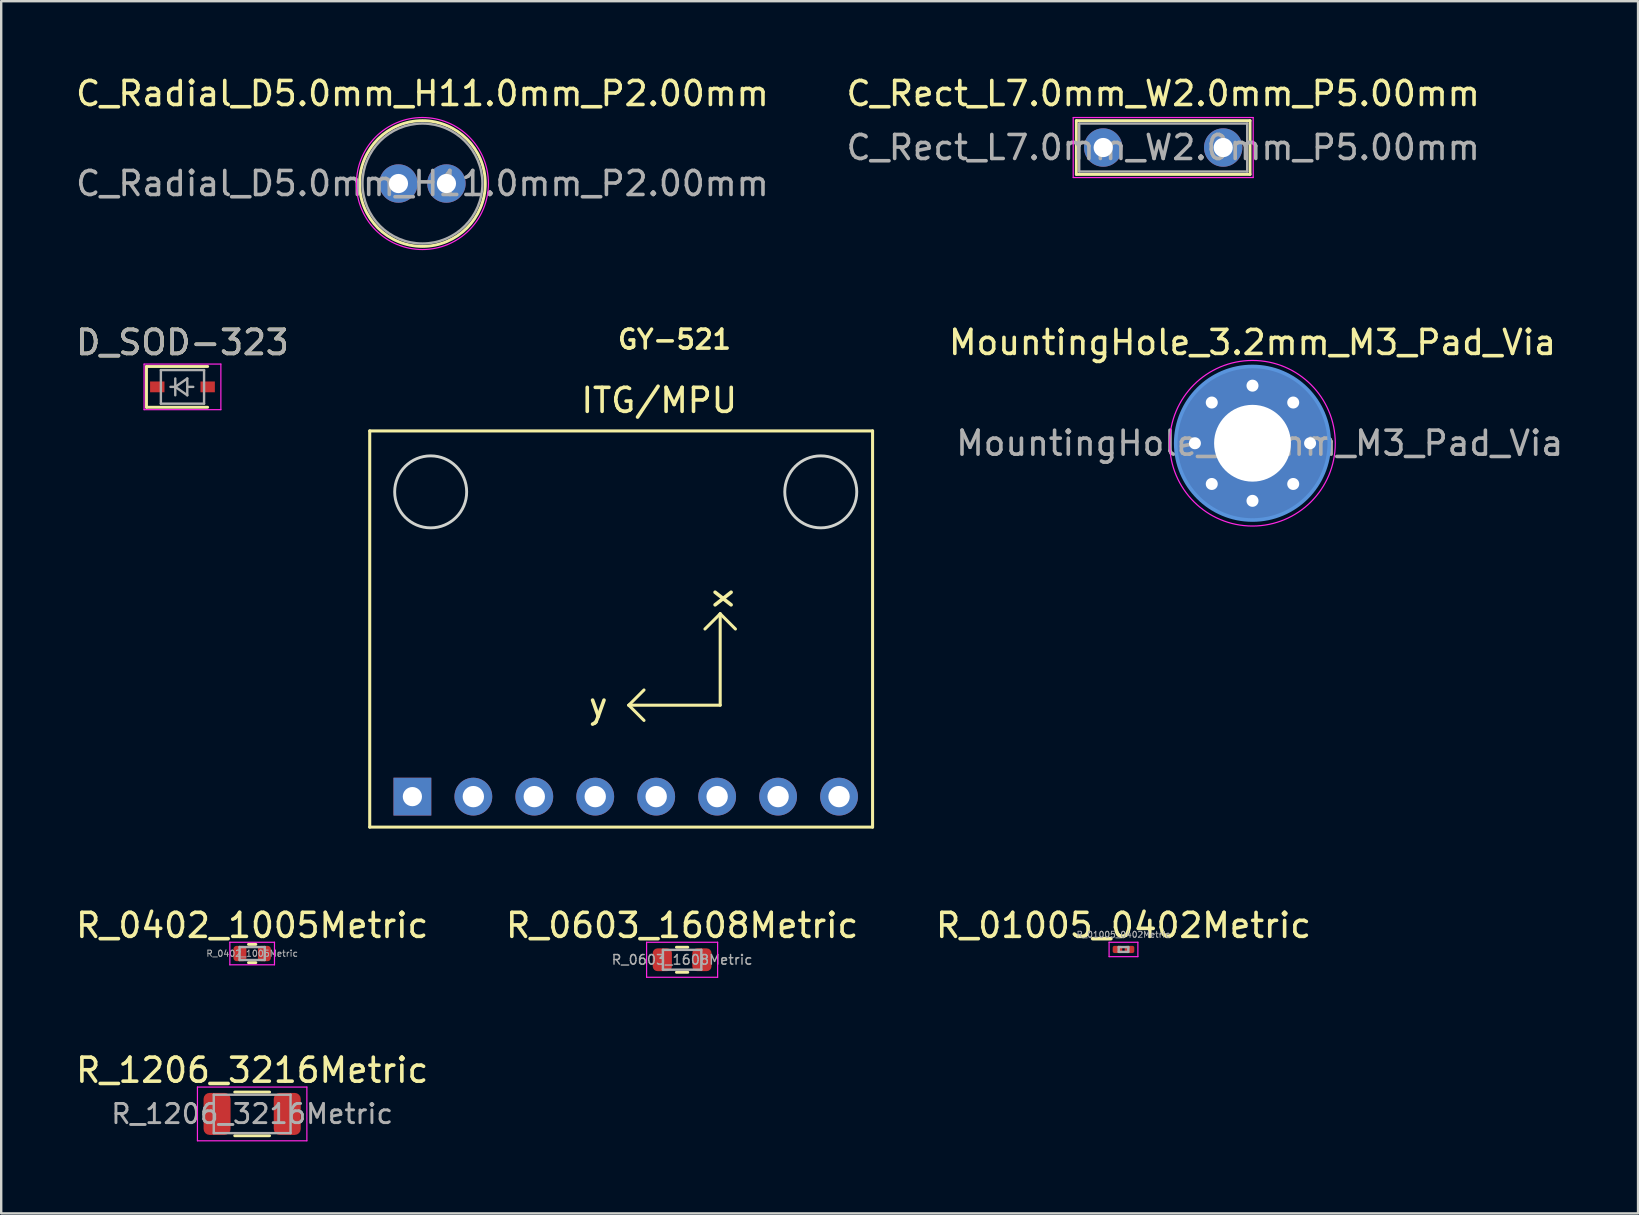
<source format=kicad_pcb>
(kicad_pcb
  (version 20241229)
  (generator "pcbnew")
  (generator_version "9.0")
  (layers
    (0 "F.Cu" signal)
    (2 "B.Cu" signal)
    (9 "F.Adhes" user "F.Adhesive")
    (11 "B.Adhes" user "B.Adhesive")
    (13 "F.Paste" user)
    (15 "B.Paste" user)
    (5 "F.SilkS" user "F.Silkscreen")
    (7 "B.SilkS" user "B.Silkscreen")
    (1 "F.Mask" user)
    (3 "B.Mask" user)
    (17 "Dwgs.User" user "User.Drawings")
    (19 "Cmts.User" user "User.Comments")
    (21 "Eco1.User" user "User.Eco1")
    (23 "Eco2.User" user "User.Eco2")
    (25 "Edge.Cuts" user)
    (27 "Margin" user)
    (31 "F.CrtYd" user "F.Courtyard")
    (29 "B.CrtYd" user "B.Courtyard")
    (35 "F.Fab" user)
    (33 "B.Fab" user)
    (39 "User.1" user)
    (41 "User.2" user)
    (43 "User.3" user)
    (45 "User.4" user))
  (footprint "MountingHole_3.2mm_M3_Pad_Via"
    (layer "F.Cu")
    (at 49.144 15.421)
    (property "Reference" "MountingHole_3.2mm_M3_Pad_Via" (at 0 -4.2 0) (layer "F.SilkS") (effects (font (size 1 1) (thickness 0.15))))
    (attr exclude_from_pos_files)
    (fp_circle (center 0 0) (end 3.2 0) (stroke (width 0.15) (type solid)) (fill no) (layer "Cmts.User"))
    (fp_circle (center 0 0) (end 3.45 0) (stroke (width 0.05) (type solid)) (fill no) (layer "F.CrtYd"))
    (fp_text user "${REFERENCE}" (at 0.3 0 0) (layer "F.Fab") (effects (font (size 1 1) (thickness 0.15))))
    (pad "1" thru_hole circle (at -2.4 0) (size 0.8 0.8) (drill 0.5) (layers "*.Cu" "*.Mask"))
    (pad "1" thru_hole circle (at -1.697 -1.697) (size 0.8 0.8) (drill 0.5) (layers "*.Cu" "*.Mask"))
    (pad "1" thru_hole circle (at -1.697 1.697) (size 0.8 0.8) (drill 0.5) (layers "*.Cu" "*.Mask"))
    (pad "1" thru_hole circle (at 0 -2.4) (size 0.8 0.8) (drill 0.5) (layers "*.Cu" "*.Mask"))
    (pad "1" thru_hole circle (at 0 0) (size 6.4 6.4) (drill 3.2) (layers "*.Cu" "*.Mask"))
    (pad "1" thru_hole circle (at 0 2.4) (size 0.8 0.8) (drill 0.5) (layers "*.Cu" "*.Mask"))
    (pad "1" thru_hole circle (at 1.697 -1.697) (size 0.8 0.8) (drill 0.5) (layers "*.Cu" "*.Mask"))
    (pad "1" thru_hole circle (at 1.697 1.697) (size 0.8 0.8) (drill 0.5) (layers "*.Cu" "*.Mask"))
    (pad "1" thru_hole circle (at 2.4 0) (size 0.8 0.8) (drill 0.5) (layers "*.Cu" "*.Mask")))
  (footprint "R_01005_0402Metric"
    (layer "F.Cu")
    (at 43.768 36.515)
    (property "Reference" "R_01005_0402Metric" (at 0 -1 0) (layer "F.SilkS") (effects (font (size 1 1) (thickness 0.15))))
    (attr smd)
    (fp_line (start -0.6 -0.3) (end 0.6 -0.3) (stroke (width 0.05) (type solid)) (layer "F.CrtYd"))
    (fp_line (start -0.6 0.3) (end -0.6 -0.3) (stroke (width 0.05) (type solid)) (layer "F.CrtYd"))
    (fp_line (start 0.6 -0.3) (end 0.6 0.3) (stroke (width 0.05) (type solid)) (layer "F.CrtYd"))
    (fp_line (start 0.6 0.3) (end -0.6 0.3) (stroke (width 0.05) (type solid)) (layer "F.CrtYd"))
    (fp_line (start -0.2 -0.1) (end 0.2 -0.1) (stroke (width 0.1) (type solid)) (layer "F.Fab"))
    (fp_line (start -0.2 0.1) (end -0.2 -0.1) (stroke (width 0.1) (type solid)) (layer "F.Fab"))
    (fp_line (start 0.2 -0.1) (end 0.2 0.1) (stroke (width 0.1) (type solid)) (layer "F.Fab"))
    (fp_line (start 0.2 0.1) (end -0.2 0.1) (stroke (width 0.1) (type solid)) (layer "F.Fab"))
    (fp_text user "${REFERENCE}" (at 0 -0.62 0) (layer "F.Fab") (effects (font (size 0.25 0.25) (thickness 0.04))))
    (pad "" smd roundrect (at -0.275 0) (size 0.27 0.27) (layers "F.Paste") (roundrect_rratio 0.25))
    (pad "" smd roundrect (at 0.275 0) (size 0.27 0.27) (layers "F.Paste") (roundrect_rratio 0.25))
    (pad "1" smd roundrect (at -0.25 0) (size 0.4 0.3) (layers "F.Cu" "F.Mask") (roundrect_rratio 0.25))
    (pad "2" smd roundrect (at 0.25 0) (size 0.4 0.3) (layers "F.Cu" "F.Mask") (roundrect_rratio 0.25)))
  (footprint "R_0603_1608Metric"
    (layer "F.Cu")
    (at 25.375 36.945)
    (property "Reference" "R_0603_1608Metric" (at 0 -1.43 0) (layer "F.SilkS") (effects (font (size 1 1) (thickness 0.15))))
    (attr smd)
    (fp_line (start -0.237 -0.522) (end 0.237 -0.522) (stroke (width 0.12) (type solid)) (layer "F.SilkS"))
    (fp_line (start -0.237 0.522) (end 0.237 0.522) (stroke (width 0.12) (type solid)) (layer "F.SilkS"))
    (fp_line (start -1.48 -0.73) (end 1.48 -0.73) (stroke (width 0.05) (type solid)) (layer "F.CrtYd"))
    (fp_line (start -1.48 0.73) (end -1.48 -0.73) (stroke (width 0.05) (type solid)) (layer "F.CrtYd"))
    (fp_line (start 1.48 -0.73) (end 1.48 0.73) (stroke (width 0.05) (type solid)) (layer "F.CrtYd"))
    (fp_line (start 1.48 0.73) (end -1.48 0.73) (stroke (width 0.05) (type solid)) (layer "F.CrtYd"))
    (fp_line (start -0.8 -0.412) (end 0.8 -0.412) (stroke (width 0.1) (type solid)) (layer "F.Fab"))
    (fp_line (start -0.8 0.412) (end -0.8 -0.412) (stroke (width 0.1) (type solid)) (layer "F.Fab"))
    (fp_line (start 0.8 -0.412) (end 0.8 0.412) (stroke (width 0.1) (type solid)) (layer "F.Fab"))
    (fp_line (start 0.8 0.412) (end -0.8 0.412) (stroke (width 0.1) (type solid)) (layer "F.Fab"))
    (fp_text user "${REFERENCE}" (at 0 0 0) (layer "F.Fab") (effects (font (size 0.4 0.4) (thickness 0.06))))
    (pad "1" smd roundrect (at -0.825 0) (size 0.8 0.95) (layers "F.Cu" "F.Mask" "F.Paste") (roundrect_rratio 0.25))
    (pad "2" smd roundrect (at 0.825 0) (size 0.8 0.95) (layers "F.Cu" "F.Mask" "F.Paste") (roundrect_rratio 0.25)))
  (footprint "R_0402_1005Metric"
    (layer "F.Cu")
    (at 7.458 36.685)
    (property "Reference" "R_0402_1005Metric" (at 0 -1.17 0) (layer "F.SilkS") (effects (font (size 1 1) (thickness 0.15))))
    (attr smd)
    (fp_line (start -0.154 -0.38) (end 0.154 -0.38) (stroke (width 0.12) (type solid)) (layer "F.SilkS"))
    (fp_line (start -0.154 0.38) (end 0.154 0.38) (stroke (width 0.12) (type solid)) (layer "F.SilkS"))
    (fp_line (start -0.93 -0.47) (end 0.93 -0.47) (stroke (width 0.05) (type solid)) (layer "F.CrtYd"))
    (fp_line (start -0.93 0.47) (end -0.93 -0.47) (stroke (width 0.05) (type solid)) (layer "F.CrtYd"))
    (fp_line (start 0.93 -0.47) (end 0.93 0.47) (stroke (width 0.05) (type solid)) (layer "F.CrtYd"))
    (fp_line (start 0.93 0.47) (end -0.93 0.47) (stroke (width 0.05) (type solid)) (layer "F.CrtYd"))
    (fp_line (start -0.525 -0.27) (end 0.525 -0.27) (stroke (width 0.1) (type solid)) (layer "F.Fab"))
    (fp_line (start -0.525 0.27) (end -0.525 -0.27) (stroke (width 0.1) (type solid)) (layer "F.Fab"))
    (fp_line (start 0.525 -0.27) (end 0.525 0.27) (stroke (width 0.1) (type solid)) (layer "F.Fab"))
    (fp_line (start 0.525 0.27) (end -0.525 0.27) (stroke (width 0.1) (type solid)) (layer "F.Fab"))
    (fp_text user "${REFERENCE}" (at 0 0 0) (layer "F.Fab") (effects (font (size 0.26 0.26) (thickness 0.04))))
    (pad "1" smd roundrect (at -0.51 0) (size 0.54 0.64) (layers "F.Cu" "F.Mask" "F.Paste") (roundrect_rratio 0.25))
    (pad "2" smd roundrect (at 0.51 0) (size 0.54 0.64) (layers "F.Cu" "F.Mask" "F.Paste") (roundrect_rratio 0.25)))
  (footprint "C_Rect_L7.0mm_W2.0mm_P5.00mm"
    (layer "F.Cu")
    (at 42.923 3.098)
    (property "Reference" "C_Rect_L7.0mm_W2.0mm_P5.00mm" (at 2.5 -2.25 0) (layer "F.SilkS") (effects (font (size 1 1) (thickness 0.15))))
    (attr through_hole)
    (fp_line (start -1.12 -1.12) (end -1.12 1.12) (stroke (width 0.12) (type solid)) (layer "F.SilkS"))
    (fp_line (start -1.12 -1.12) (end 6.12 -1.12) (stroke (width 0.12) (type solid)) (layer "F.SilkS"))
    (fp_line (start -1.12 1.12) (end 6.12 1.12) (stroke (width 0.12) (type solid)) (layer "F.SilkS"))
    (fp_line (start 6.12 -1.12) (end 6.12 1.12) (stroke (width 0.12) (type solid)) (layer "F.SilkS"))
    (fp_line (start -1.25 -1.25) (end -1.25 1.25) (stroke (width 0.05) (type solid)) (layer "F.CrtYd"))
    (fp_line (start -1.25 1.25) (end 6.25 1.25) (stroke (width 0.05) (type solid)) (layer "F.CrtYd"))
    (fp_line (start 6.25 -1.25) (end -1.25 -1.25) (stroke (width 0.05) (type solid)) (layer "F.CrtYd"))
    (fp_line (start 6.25 1.25) (end 6.25 -1.25) (stroke (width 0.05) (type solid)) (layer "F.CrtYd"))
    (fp_line (start -1 -1) (end -1 1) (stroke (width 0.1) (type solid)) (layer "F.Fab"))
    (fp_line (start -1 1) (end 6 1) (stroke (width 0.1) (type solid)) (layer "F.Fab"))
    (fp_line (start 6 -1) (end -1 -1) (stroke (width 0.1) (type solid)) (layer "F.Fab"))
    (fp_line (start 6 1) (end 6 -1) (stroke (width 0.1) (type solid)) (layer "F.Fab"))
    (fp_text user "${REFERENCE}" (at 2.5 0 0) (layer "F.Fab") (effects (font (size 1 1) (thickness 0.15))))
    (pad "1" thru_hole circle (at 0 0) (size 1.6 1.6) (drill 0.8) (layers "*.Cu" "*.Mask"))
    (pad "2" thru_hole circle (at 5 0) (size 1.6 1.6) (drill 0.8) (layers "*.Cu" "*.Mask")))
  (footprint "D_SOD-323"
    (layer "F.Cu")
    (at 4.554 13.072)
    (property "Reference" "D_SOD-323" (at 0 -1.85 0) (layer "F.SilkS") (effects (font (size 1 1) (thickness 0.15))))
    (attr smd)
    (fp_line (start -1.5 -0.85) (end -1.5 0.85) (stroke (width 0.12) (type solid)) (layer "F.SilkS"))
    (fp_line (start -1.5 -0.85) (end 1.05 -0.85) (stroke (width 0.12) (type solid)) (layer "F.SilkS"))
    (fp_line (start -1.5 0.85) (end 1.05 0.85) (stroke (width 0.12) (type solid)) (layer "F.SilkS"))
    (fp_line (start -1.6 -0.95) (end -1.6 0.95) (stroke (width 0.05) (type solid)) (layer "F.CrtYd"))
    (fp_line (start -1.6 -0.95) (end 1.6 -0.95) (stroke (width 0.05) (type solid)) (layer "F.CrtYd"))
    (fp_line (start -1.6 0.95) (end 1.6 0.95) (stroke (width 0.05) (type solid)) (layer "F.CrtYd"))
    (fp_line (start 1.6 -0.95) (end 1.6 0.95) (stroke (width 0.05) (type solid)) (layer "F.CrtYd"))
    (fp_line (start -0.9 -0.7) (end 0.9 -0.7) (stroke (width 0.1) (type solid)) (layer "F.Fab"))
    (fp_line (start -0.9 0.7) (end -0.9 -0.7) (stroke (width 0.1) (type solid)) (layer "F.Fab"))
    (fp_line (start -0.3 -0.35) (end -0.3 0.35) (stroke (width 0.1) (type solid)) (layer "F.Fab"))
    (fp_line (start -0.3 0) (end -0.5 0) (stroke (width 0.1) (type solid)) (layer "F.Fab"))
    (fp_line (start -0.3 0) (end 0.2 -0.35) (stroke (width 0.1) (type solid)) (layer "F.Fab"))
    (fp_line (start 0.2 -0.35) (end 0.2 0.35) (stroke (width 0.1) (type solid)) (layer "F.Fab"))
    (fp_line (start 0.2 0) (end 0.45 0) (stroke (width 0.1) (type solid)) (layer "F.Fab"))
    (fp_line (start 0.2 0.35) (end -0.3 0) (stroke (width 0.1) (type solid)) (layer "F.Fab"))
    (fp_line (start 0.9 -0.7) (end 0.9 0.7) (stroke (width 0.1) (type solid)) (layer "F.Fab"))
    (fp_line (start 0.9 0.7) (end -0.9 0.7) (stroke (width 0.1) (type solid)) (layer "F.Fab"))
    (fp_text user "${REFERENCE}" (at 0 -1.85 0) (layer "F.Fab") (effects (font (size 1 1) (thickness 0.15))))
    (pad "1" smd rect (at -1.05 0) (size 0.6 0.45) (layers "F.Cu" "F.Mask" "F.Paste"))
    (pad "2" smd rect (at 1.05 0) (size 0.6 0.45) (layers "F.Cu" "F.Mask" "F.Paste")))
  (footprint "R_1206_3216Metric"
    (layer "F.Cu")
    (at 7.458 43.369)
    (property "Reference" "R_1206_3216Metric" (at 0 -1.82 0) (layer "F.SilkS") (effects (font (size 1 1) (thickness 0.15))))
    (attr smd)
    (fp_line (start -0.727 -0.91) (end 0.727 -0.91) (stroke (width 0.12) (type solid)) (layer "F.SilkS"))
    (fp_line (start -0.727 0.91) (end 0.727 0.91) (stroke (width 0.12) (type solid)) (layer "F.SilkS"))
    (fp_line (start -2.28 -1.12) (end 2.28 -1.12) (stroke (width 0.05) (type solid)) (layer "F.CrtYd"))
    (fp_line (start -2.28 1.12) (end -2.28 -1.12) (stroke (width 0.05) (type solid)) (layer "F.CrtYd"))
    (fp_line (start 2.28 -1.12) (end 2.28 1.12) (stroke (width 0.05) (type solid)) (layer "F.CrtYd"))
    (fp_line (start 2.28 1.12) (end -2.28 1.12) (stroke (width 0.05) (type solid)) (layer "F.CrtYd"))
    (fp_line (start -1.6 -0.8) (end 1.6 -0.8) (stroke (width 0.1) (type solid)) (layer "F.Fab"))
    (fp_line (start -1.6 0.8) (end -1.6 -0.8) (stroke (width 0.1) (type solid)) (layer "F.Fab"))
    (fp_line (start 1.6 -0.8) (end 1.6 0.8) (stroke (width 0.1) (type solid)) (layer "F.Fab"))
    (fp_line (start 1.6 0.8) (end -1.6 0.8) (stroke (width 0.1) (type solid)) (layer "F.Fab"))
    (fp_text user "${REFERENCE}" (at 0 0 0) (layer "F.Fab") (effects (font (size 0.8 0.8) (thickness 0.12))))
    (pad "1" smd roundrect (at -1.462 0) (size 1.125 1.75) (layers "F.Cu" "F.Mask" "F.Paste") (roundrect_rratio 0.222))
    (pad "2" smd roundrect (at 1.462 0) (size 1.125 1.75) (layers "F.Cu" "F.Mask" "F.Paste") (roundrect_rratio 0.222)))
  (footprint "C_Radial_D5.0mm_H11.0mm_P2.00mm"
    (layer "F.Cu")
    (at 13.554 4.598)
    (property "Reference" "C_Radial_D5.0mm_H11.0mm_P2.00mm" (at 1 -3.75 0) (layer "F.SilkS") (effects (font (size 1 1) (thickness 0.15))))
    (attr through_hole)
    (fp_circle (center 1 0) (end 3.62 0) (stroke (width 0.12) (type solid)) (fill no) (layer "F.SilkS"))
    (fp_circle (center 1 0) (end 3.75 0) (stroke (width 0.05) (type solid)) (fill no) (layer "F.CrtYd"))
    (fp_circle (center 1 0) (end 3.5 0) (stroke (width 0.1) (type solid)) (fill no) (layer "F.Fab"))
    (fp_text user "${REFERENCE}" (at 1 0 0) (layer "F.Fab") (effects (font (size 1 1) (thickness 0.15))))
    (pad "1" thru_hole circle (at 0 0) (size 1.6 1.6) (drill 0.8) (layers "*.Cu" "*.Mask"))
    (pad "2" thru_hole circle (at 2 0) (size 1.6 1.6) (drill 0.8) (layers "*.Cu" "*.Mask")))
  (footprint "GY-521"
    (layer "F.Cu")
    (at 12.357 31.417)
    (property "Reference" "GY-521" (at 12.7 -20.32 180) (layer "F.SilkS") (effects (font (size 0.787 0.787) (thickness 0.15))))
    (attr through_hole)
    (fp_line (start 0 -16.51) (end 20.955 -16.51) (stroke (width 0.127) (type solid)) (layer "F.SilkS"))
    (fp_line (start 0 0) (end 0 -16.51) (stroke (width 0.127) (type solid)) (layer "F.SilkS"))
    (fp_line (start 10.795 -5.08) (end 11.43 -5.715) (stroke (width 0.127) (type solid)) (layer "F.SilkS"))
    (fp_line (start 10.795 -5.08) (end 11.43 -4.445) (stroke (width 0.127) (type solid)) (layer "F.SilkS"))
    (fp_line (start 14.605 -8.89) (end 13.97 -8.255) (stroke (width 0.127) (type solid)) (layer "F.SilkS"))
    (fp_line (start 14.605 -8.89) (end 15.24 -8.255) (stroke (width 0.127) (type solid)) (layer "F.SilkS"))
    (fp_line (start 14.605 -5.08) (end 10.795 -5.08) (stroke (width 0.127) (type solid)) (layer "F.SilkS"))
    (fp_line (start 14.605 -5.08) (end 14.605 -8.89) (stroke (width 0.127) (type solid)) (layer "F.SilkS"))
    (fp_line (start 20.955 -16.51) (end 20.955 0) (stroke (width 0.127) (type solid)) (layer "F.SilkS"))
    (fp_line (start 20.955 0) (end 0 0) (stroke (width 0.127) (type solid)) (layer "F.SilkS"))
    (fp_circle (center 2.54 -13.97) (end 4.04 -13.97) (stroke (width 0.12) (type solid)) (fill no) (layer "Edge.Cuts"))
    (fp_circle (center 18.796 -13.97) (end 20.296 -13.97) (stroke (width 0.12) (type solid)) (fill no) (layer "Edge.Cuts"))
    (fp_text user "ITG/MPU" (at 12.065 -17.78 180) (layer "F.SilkS") (effects (font (size 1 1) (thickness 0.15))))
    (fp_text user "x" (at 14.605 -9.525 90) (layer "F.SilkS") (effects (font (size 1 1) (thickness 0.15))))
    (fp_text user "y" (at 9.525 -5.08 0) (layer "F.SilkS") (effects (font (size 1 1) (thickness 0.15))))
    (pad "1" thru_hole rect (at 1.778 -1.27 90) (size 1.575 1.575) (drill 0.8) (layers "*.Cu" "*.Mask"))
    (pad "2" thru_hole circle (at 4.318 -1.27 90) (size 1.575 1.575) (drill 0.889) (layers "*.Cu" "*.Mask"))
    (pad "3" thru_hole circle (at 6.858 -1.27 90) (size 1.575 1.575) (drill 0.889) (layers "*.Cu" "*.Mask"))
    (pad "4" thru_hole circle (at 9.398 -1.27 90) (size 1.575 1.575) (drill 0.889) (layers "*.Cu" "*.Mask"))
    (pad "5" thru_hole circle (at 11.938 -1.27 90) (size 1.575 1.575) (drill 0.889) (layers "*.Cu" "*.Mask"))
    (pad "6" thru_hole circle (at 14.478 -1.27 90) (size 1.575 1.575) (drill 0.889) (layers "*.Cu" "*.Mask"))
    (pad "7" thru_hole circle (at 17.018 -1.27 90) (size 1.575 1.575) (drill 0.889) (layers "*.Cu" "*.Mask"))
    (pad "8" thru_hole circle (at 19.558 -1.27 90) (size 1.575 1.575) (drill 0.889) (layers "*.Cu" "*.Mask")))
  (gr_rect
    (start -3 -3)
    (end 65.211 47.514)
    (stroke (width 0.1) (type default))
    (fill no)
    (layer "Edge.Cuts")))
</source>
